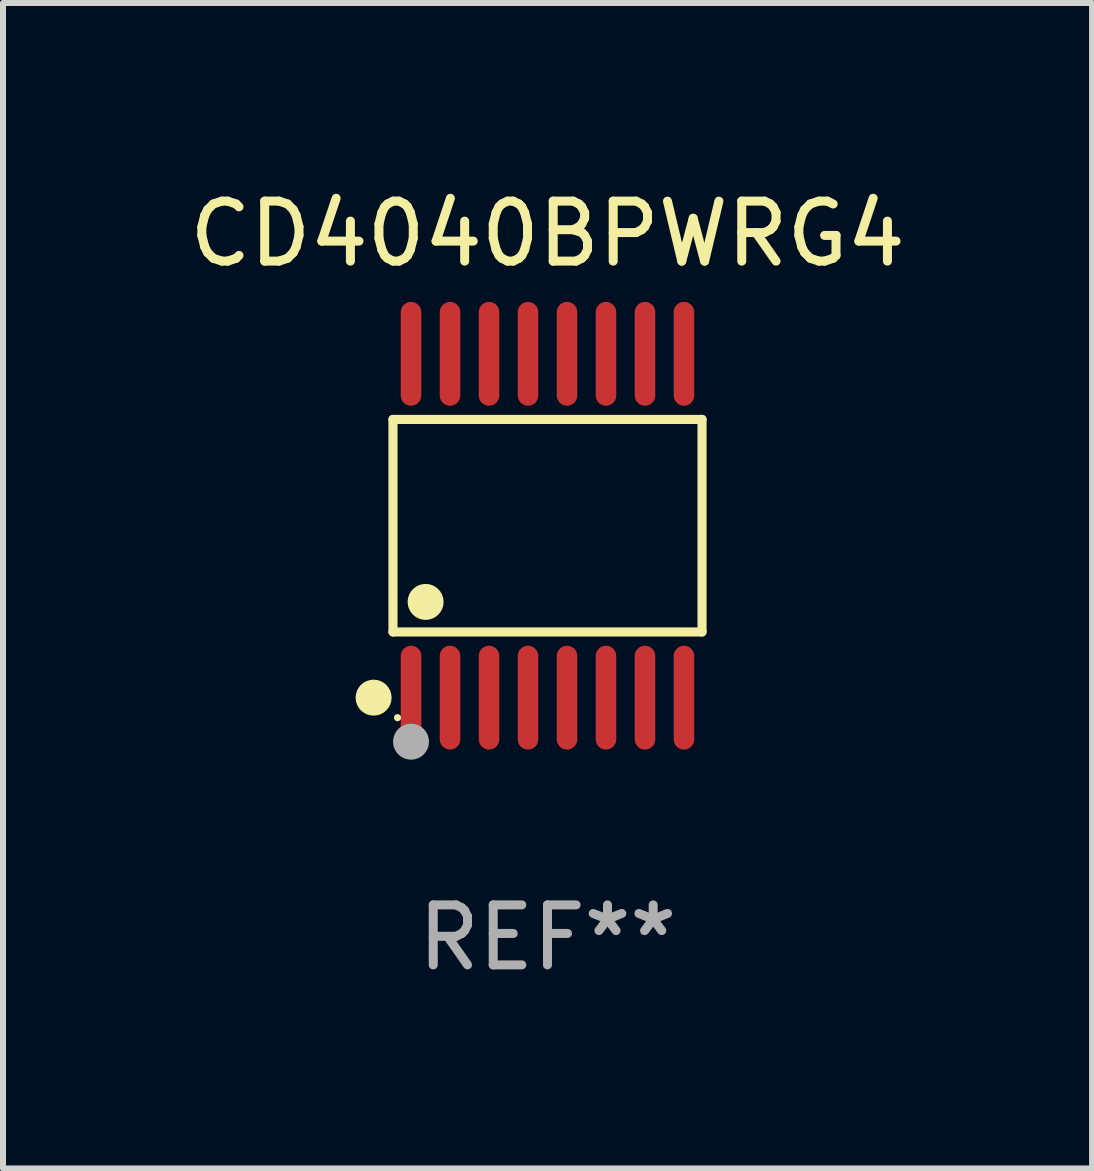
<source format=kicad_pcb>
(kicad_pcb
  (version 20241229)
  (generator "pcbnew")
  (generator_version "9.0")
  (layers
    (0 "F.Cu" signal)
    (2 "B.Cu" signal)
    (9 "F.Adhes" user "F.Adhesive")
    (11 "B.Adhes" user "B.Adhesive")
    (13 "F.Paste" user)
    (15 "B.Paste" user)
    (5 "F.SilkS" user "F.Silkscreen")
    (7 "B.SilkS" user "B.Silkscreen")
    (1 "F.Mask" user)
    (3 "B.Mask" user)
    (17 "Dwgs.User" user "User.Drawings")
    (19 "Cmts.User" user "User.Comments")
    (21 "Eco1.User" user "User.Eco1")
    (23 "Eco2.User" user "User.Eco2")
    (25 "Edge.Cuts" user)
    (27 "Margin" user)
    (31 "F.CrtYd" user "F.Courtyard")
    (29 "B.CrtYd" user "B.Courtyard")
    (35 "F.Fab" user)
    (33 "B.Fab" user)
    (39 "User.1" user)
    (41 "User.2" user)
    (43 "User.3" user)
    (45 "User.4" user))
  (footprint "CD4040BPWRG4"
    (layer "F.Cu")
    (at 6.077 5.714)
    (property "Reference" "CD4040BPWRG4" (at 0 -4.866 0) (layer "F.SilkS") (effects (font (size 1 1) (thickness 0.15))))
    (attr through_hole)
    (fp_line (start -2.576 -1.772) (end 2.576 -1.772) (stroke (width 0.152) (type solid)) (layer "F.SilkS"))
    (fp_line (start -2.576 1.771) (end -2.576 -1.772) (stroke (width 0.152) (type solid)) (layer "F.SilkS"))
    (fp_line (start 2.576 -1.772) (end 2.576 1.771) (stroke (width 0.152) (type solid)) (layer "F.SilkS"))
    (fp_line (start 2.576 1.771) (end -2.576 1.771) (stroke (width 0.152) (type solid)) (layer "F.SilkS"))
    (fp_circle (center -2.899 2.866) (end -2.749 2.866) (stroke (width 0.3) (type solid)) (fill no) (layer "F.SilkS"))
    (fp_circle (center -2.5 3.2) (end -2.47 3.2) (stroke (width 0.06) (type solid)) (fill no) (layer "F.SilkS"))
    (fp_circle (center -2.032 1.27) (end -1.882 1.27) (stroke (width 0.3) (type solid)) (fill no) (layer "F.SilkS"))
    (fp_circle (center -2.275 3.6) (end -2.125 3.6) (stroke (width 0.3) (type solid)) (fill no) (layer "F.Fab"))
    (fp_text user "REF**" (at 0 6.866 0) (layer "F.Fab") (effects (font (size 1 1) (thickness 0.15))))
    (pad "1" smd oval (at -2.275 2.866) (size 0.343 1.731) (layers "F.Cu" "F.Mask" "F.Paste"))
    (pad "2" smd oval (at -1.625 2.866) (size 0.343 1.731) (layers "F.Cu" "F.Mask" "F.Paste"))
    (pad "3" smd oval (at -0.975 2.866) (size 0.343 1.731) (layers "F.Cu" "F.Mask" "F.Paste"))
    (pad "4" smd oval (at -0.325 2.866) (size 0.343 1.731) (layers "F.Cu" "F.Mask" "F.Paste"))
    (pad "5" smd oval (at 0.325 2.866) (size 0.343 1.731) (layers "F.Cu" "F.Mask" "F.Paste"))
    (pad "6" smd oval (at 0.975 2.866) (size 0.343 1.731) (layers "F.Cu" "F.Mask" "F.Paste"))
    (pad "7" smd oval (at 1.625 2.866) (size 0.343 1.731) (layers "F.Cu" "F.Mask" "F.Paste"))
    (pad "8" smd oval (at 2.275 2.866) (size 0.343 1.731) (layers "F.Cu" "F.Mask" "F.Paste"))
    (pad "9" smd oval (at 2.275 -2.866) (size 0.343 1.731) (layers "F.Cu" "F.Mask" "F.Paste"))
    (pad "10" smd oval (at 1.625 -2.866) (size 0.343 1.731) (layers "F.Cu" "F.Mask" "F.Paste"))
    (pad "11" smd oval (at 0.975 -2.866) (size 0.343 1.731) (layers "F.Cu" "F.Mask" "F.Paste"))
    (pad "12" smd oval (at 0.325 -2.866) (size 0.343 1.731) (layers "F.Cu" "F.Mask" "F.Paste"))
    (pad "13" smd oval (at -0.325 -2.866) (size 0.343 1.731) (layers "F.Cu" "F.Mask" "F.Paste"))
    (pad "14" smd oval (at -0.975 -2.866) (size 0.343 1.731) (layers "F.Cu" "F.Mask" "F.Paste"))
    (pad "15" smd oval (at -1.625 -2.866) (size 0.343 1.731) (layers "F.Cu" "F.Mask" "F.Paste"))
    (pad "16" smd oval (at -2.275 -2.866) (size 0.343 1.731) (layers "F.Cu" "F.Mask" "F.Paste")))
  (gr_rect
    (start -3 -3)
    (end 15.155 16.428)
    (stroke (width 0.1) (type default))
    (fill no)
    (layer "Edge.Cuts")))
</source>
